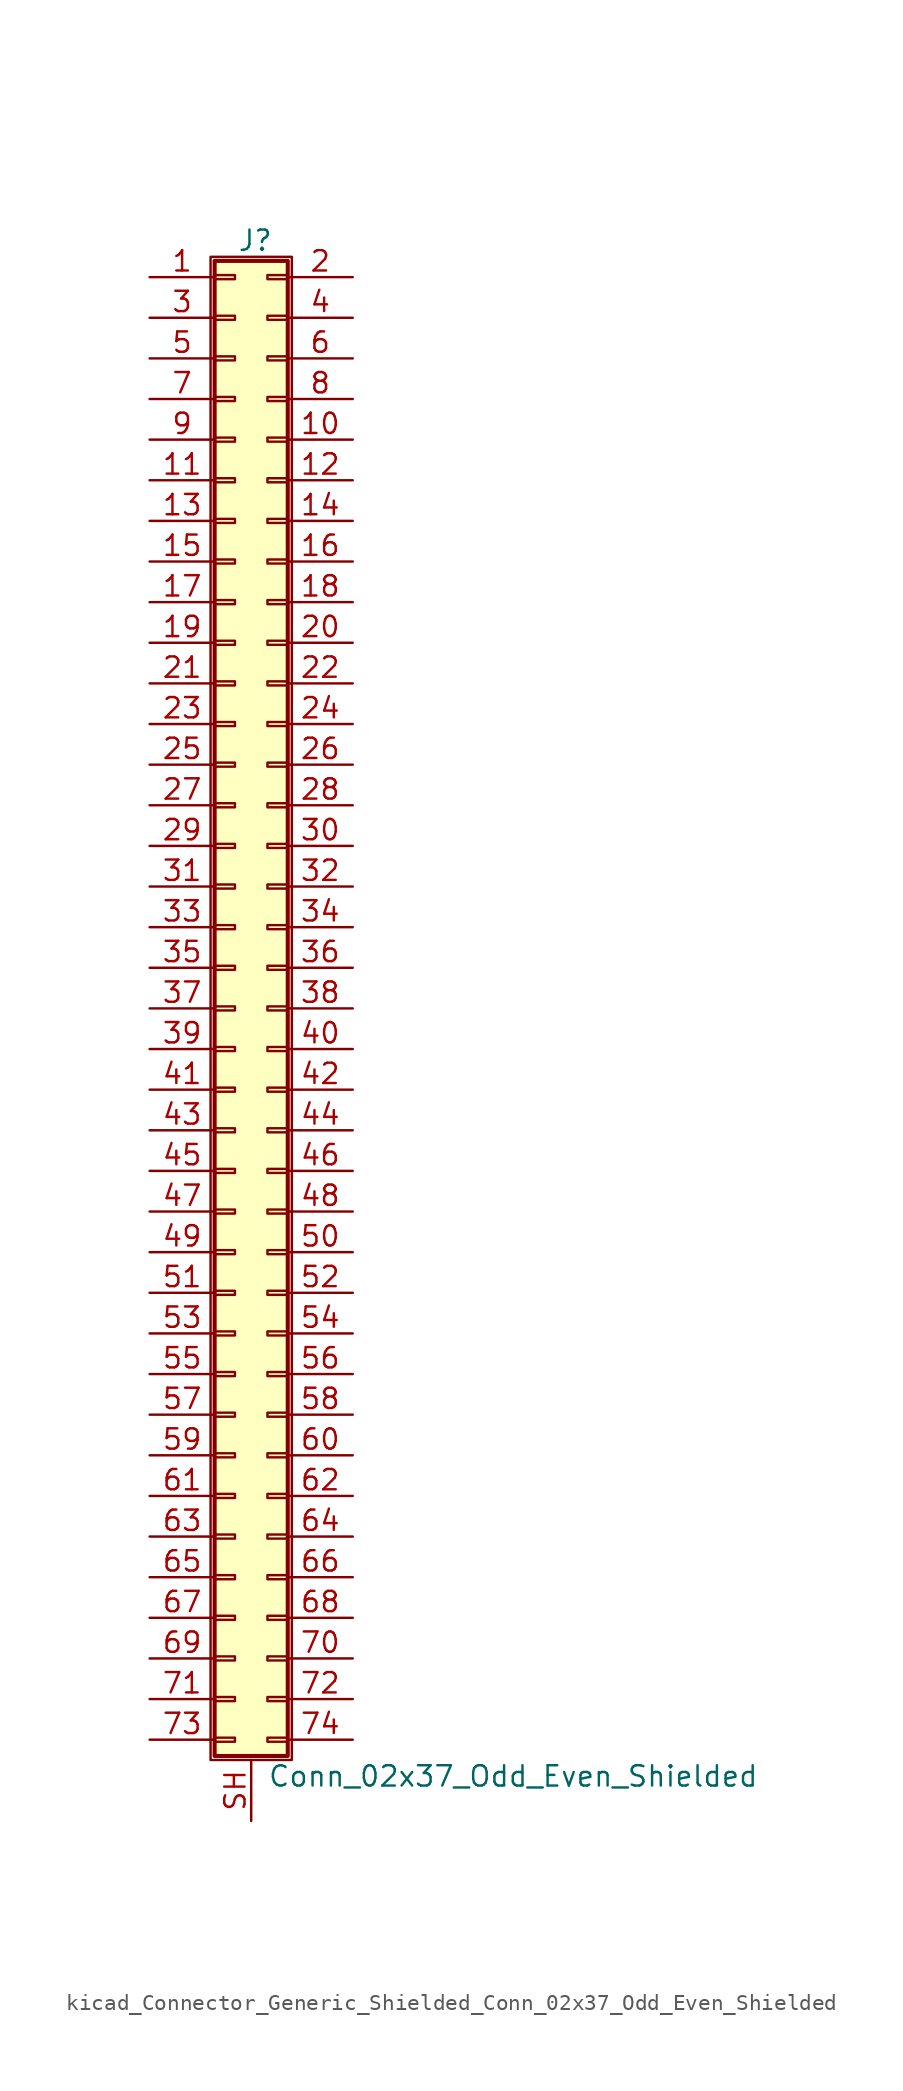
<source format=kicad_sym>
(kicad_symbol_lib
  (version 20220914)
  (generator kicad_symbol_editor)
  (symbol "kicad_Connector_Generic_Shielded_Conn_02x37_Odd_Even_Shielded"
    (pin_names
      (offset 1.016) hide)
    (property "Reference" "J"
      (at 1.524 48.006 0)
      (effects (font (size 1.27 1.27))))
    (property "Value" "Conn_02x37_Odd_Even_Shielded"
      (at 2.286 -48.006 0)
      (effects (font (size 1.27 1.27)) (justify left)))
    (symbol "kicad_Connector_Generic_Shielded_Conn_02x37_Odd_Even_Shielded_1_1"
      (rectangle (start -1.27 46.99) (end 3.81 -46.99) (stroke (width 0.152) (type default)) (fill (type none)))
      (rectangle (start -1.016 -45.593) (end 0.254 -45.847) (stroke (width 0.152) (type default)) (fill (type none)))
      (rectangle (start -1.016 -43.053) (end 0.254 -43.307) (stroke (width 0.152) (type default)) (fill (type none)))
      (rectangle (start -1.016 -40.513) (end 0.254 -40.767) (stroke (width 0.152) (type default)) (fill (type none)))
      (rectangle (start -1.016 -37.973) (end 0.254 -38.227) (stroke (width 0.152) (type default)) (fill (type none)))
      (rectangle (start -1.016 -35.433) (end 0.254 -35.687) (stroke (width 0.152) (type default)) (fill (type none)))
      (rectangle (start -1.016 -32.893) (end 0.254 -33.147) (stroke (width 0.152) (type default)) (fill (type none)))
      (rectangle (start -1.016 -30.353) (end 0.254 -30.607) (stroke (width 0.152) (type default)) (fill (type none)))
      (rectangle (start -1.016 -27.813) (end 0.254 -28.067) (stroke (width 0.152) (type default)) (fill (type none)))
      (rectangle (start -1.016 -25.273) (end 0.254 -25.527) (stroke (width 0.152) (type default)) (fill (type none)))
      (rectangle (start -1.016 -22.733) (end 0.254 -22.987) (stroke (width 0.152) (type default)) (fill (type none)))
      (rectangle (start -1.016 -20.193) (end 0.254 -20.447) (stroke (width 0.152) (type default)) (fill (type none)))
      (rectangle (start -1.016 -17.653) (end 0.254 -17.907) (stroke (width 0.152) (type default)) (fill (type none)))
      (rectangle (start -1.016 -15.113) (end 0.254 -15.367) (stroke (width 0.152) (type default)) (fill (type none)))
      (rectangle (start -1.016 -12.573) (end 0.254 -12.827) (stroke (width 0.152) (type default)) (fill (type none)))
      (rectangle (start -1.016 -10.033) (end 0.254 -10.287) (stroke (width 0.152) (type default)) (fill (type none)))
      (rectangle (start -1.016 -7.493) (end 0.254 -7.747) (stroke (width 0.152) (type default)) (fill (type none)))
      (rectangle (start -1.016 -4.953) (end 0.254 -5.207) (stroke (width 0.152) (type default)) (fill (type none)))
      (rectangle (start -1.016 -2.413) (end 0.254 -2.667) (stroke (width 0.152) (type default)) (fill (type none)))
      (rectangle (start -1.016 0.127) (end 0.254 -0.127) (stroke (width 0.152) (type default)) (fill (type none)))
      (rectangle (start -1.016 2.667) (end 0.254 2.413) (stroke (width 0.152) (type default)) (fill (type none)))
      (rectangle (start -1.016 5.207) (end 0.254 4.953) (stroke (width 0.152) (type default)) (fill (type none)))
      (rectangle (start -1.016 7.747) (end 0.254 7.493) (stroke (width 0.152) (type default)) (fill (type none)))
      (rectangle (start -1.016 10.287) (end 0.254 10.033) (stroke (width 0.152) (type default)) (fill (type none)))
      (rectangle (start -1.016 12.827) (end 0.254 12.573) (stroke (width 0.152) (type default)) (fill (type none)))
      (rectangle (start -1.016 15.367) (end 0.254 15.113) (stroke (width 0.152) (type default)) (fill (type none)))
      (rectangle (start -1.016 17.907) (end 0.254 17.653) (stroke (width 0.152) (type default)) (fill (type none)))
      (rectangle (start -1.016 20.447) (end 0.254 20.193) (stroke (width 0.152) (type default)) (fill (type none)))
      (rectangle (start -1.016 22.987) (end 0.254 22.733) (stroke (width 0.152) (type default)) (fill (type none)))
      (rectangle (start -1.016 25.527) (end 0.254 25.273) (stroke (width 0.152) (type default)) (fill (type none)))
      (rectangle (start -1.016 28.067) (end 0.254 27.813) (stroke (width 0.152) (type default)) (fill (type none)))
      (rectangle (start -1.016 30.607) (end 0.254 30.353) (stroke (width 0.152) (type default)) (fill (type none)))
      (rectangle (start -1.016 33.147) (end 0.254 32.893) (stroke (width 0.152) (type default)) (fill (type none)))
      (rectangle (start -1.016 35.687) (end 0.254 35.433) (stroke (width 0.152) (type default)) (fill (type none)))
      (rectangle (start -1.016 38.227) (end 0.254 37.973) (stroke (width 0.152) (type default)) (fill (type none)))
      (rectangle (start -1.016 40.767) (end 0.254 40.513) (stroke (width 0.152) (type default)) (fill (type none)))
      (rectangle (start -1.016 43.307) (end 0.254 43.053) (stroke (width 0.152) (type default)) (fill (type none)))
      (rectangle (start -1.016 45.847) (end 0.254 45.593) (stroke (width 0.152) (type default)) (fill (type none)))
      (rectangle (start -1.016 46.736) (end 3.556 -46.736) (stroke (width 0.254) (type default)) (fill (type background)))
      (rectangle (start 3.556 -45.593) (end 2.286 -45.847) (stroke (width 0.152) (type default)) (fill (type none)))
      (rectangle (start 3.556 -43.053) (end 2.286 -43.307) (stroke (width 0.152) (type default)) (fill (type none)))
      (rectangle (start 3.556 -40.513) (end 2.286 -40.767) (stroke (width 0.152) (type default)) (fill (type none)))
      (rectangle (start 3.556 -37.973) (end 2.286 -38.227) (stroke (width 0.152) (type default)) (fill (type none)))
      (rectangle (start 3.556 -35.433) (end 2.286 -35.687) (stroke (width 0.152) (type default)) (fill (type none)))
      (rectangle (start 3.556 -32.893) (end 2.286 -33.147) (stroke (width 0.152) (type default)) (fill (type none)))
      (rectangle (start 3.556 -30.353) (end 2.286 -30.607) (stroke (width 0.152) (type default)) (fill (type none)))
      (rectangle (start 3.556 -27.813) (end 2.286 -28.067) (stroke (width 0.152) (type default)) (fill (type none)))
      (rectangle (start 3.556 -25.273) (end 2.286 -25.527) (stroke (width 0.152) (type default)) (fill (type none)))
      (rectangle (start 3.556 -22.733) (end 2.286 -22.987) (stroke (width 0.152) (type default)) (fill (type none)))
      (rectangle (start 3.556 -20.193) (end 2.286 -20.447) (stroke (width 0.152) (type default)) (fill (type none)))
      (rectangle (start 3.556 -17.653) (end 2.286 -17.907) (stroke (width 0.152) (type default)) (fill (type none)))
      (rectangle (start 3.556 -15.113) (end 2.286 -15.367) (stroke (width 0.152) (type default)) (fill (type none)))
      (rectangle (start 3.556 -12.573) (end 2.286 -12.827) (stroke (width 0.152) (type default)) (fill (type none)))
      (rectangle (start 3.556 -10.033) (end 2.286 -10.287) (stroke (width 0.152) (type default)) (fill (type none)))
      (rectangle (start 3.556 -7.493) (end 2.286 -7.747) (stroke (width 0.152) (type default)) (fill (type none)))
      (rectangle (start 3.556 -4.953) (end 2.286 -5.207) (stroke (width 0.152) (type default)) (fill (type none)))
      (rectangle (start 3.556 -2.413) (end 2.286 -2.667) (stroke (width 0.152) (type default)) (fill (type none)))
      (rectangle (start 3.556 0.127) (end 2.286 -0.127) (stroke (width 0.152) (type default)) (fill (type none)))
      (rectangle (start 3.556 2.667) (end 2.286 2.413) (stroke (width 0.152) (type default)) (fill (type none)))
      (rectangle (start 3.556 5.207) (end 2.286 4.953) (stroke (width 0.152) (type default)) (fill (type none)))
      (rectangle (start 3.556 7.747) (end 2.286 7.493) (stroke (width 0.152) (type default)) (fill (type none)))
      (rectangle (start 3.556 10.287) (end 2.286 10.033) (stroke (width 0.152) (type default)) (fill (type none)))
      (rectangle (start 3.556 12.827) (end 2.286 12.573) (stroke (width 0.152) (type default)) (fill (type none)))
      (rectangle (start 3.556 15.367) (end 2.286 15.113) (stroke (width 0.152) (type default)) (fill (type none)))
      (rectangle (start 3.556 17.907) (end 2.286 17.653) (stroke (width 0.152) (type default)) (fill (type none)))
      (rectangle (start 3.556 20.447) (end 2.286 20.193) (stroke (width 0.152) (type default)) (fill (type none)))
      (rectangle (start 3.556 22.987) (end 2.286 22.733) (stroke (width 0.152) (type default)) (fill (type none)))
      (rectangle (start 3.556 25.527) (end 2.286 25.273) (stroke (width 0.152) (type default)) (fill (type none)))
      (rectangle (start 3.556 28.067) (end 2.286 27.813) (stroke (width 0.152) (type default)) (fill (type none)))
      (rectangle (start 3.556 30.607) (end 2.286 30.353) (stroke (width 0.152) (type default)) (fill (type none)))
      (rectangle (start 3.556 33.147) (end 2.286 32.893) (stroke (width 0.152) (type default)) (fill (type none)))
      (rectangle (start 3.556 35.687) (end 2.286 35.433) (stroke (width 0.152) (type default)) (fill (type none)))
      (rectangle (start 3.556 38.227) (end 2.286 37.973) (stroke (width 0.152) (type default)) (fill (type none)))
      (rectangle (start 3.556 40.767) (end 2.286 40.513) (stroke (width 0.152) (type default)) (fill (type none)))
      (rectangle (start 3.556 43.307) (end 2.286 43.053) (stroke (width 0.152) (type default)) (fill (type none)))
      (rectangle (start 3.556 45.847) (end 2.286 45.593) (stroke (width 0.152) (type default)) (fill (type none)))
      (pin passive line (at -5.08 45.72 0) (length 4.064) (name "Pin_1" (effects (font (size 1.27 1.27)))) (number "1" (effects (font (size 1.27 1.27)))))
      (pin passive line (at 7.62 35.56 180) (length 4.064) (name "Pin_10" (effects (font (size 1.27 1.27)))) (number "10" (effects (font (size 1.27 1.27)))))
      (pin passive line (at -5.08 33.02 0) (length 4.064) (name "Pin_11" (effects (font (size 1.27 1.27)))) (number "11" (effects (font (size 1.27 1.27)))))
      (pin passive line (at 7.62 33.02 180) (length 4.064) (name "Pin_12" (effects (font (size 1.27 1.27)))) (number "12" (effects (font (size 1.27 1.27)))))
      (pin passive line (at -5.08 30.48 0) (length 4.064) (name "Pin_13" (effects (font (size 1.27 1.27)))) (number "13" (effects (font (size 1.27 1.27)))))
      (pin passive line (at 7.62 30.48 180) (length 4.064) (name "Pin_14" (effects (font (size 1.27 1.27)))) (number "14" (effects (font (size 1.27 1.27)))))
      (pin passive line (at -5.08 27.94 0) (length 4.064) (name "Pin_15" (effects (font (size 1.27 1.27)))) (number "15" (effects (font (size 1.27 1.27)))))
      (pin passive line (at 7.62 27.94 180) (length 4.064) (name "Pin_16" (effects (font (size 1.27 1.27)))) (number "16" (effects (font (size 1.27 1.27)))))
      (pin passive line (at -5.08 25.4 0) (length 4.064) (name "Pin_17" (effects (font (size 1.27 1.27)))) (number "17" (effects (font (size 1.27 1.27)))))
      (pin passive line (at 7.62 25.4 180) (length 4.064) (name "Pin_18" (effects (font (size 1.27 1.27)))) (number "18" (effects (font (size 1.27 1.27)))))
      (pin passive line (at -5.08 22.86 0) (length 4.064) (name "Pin_19" (effects (font (size 1.27 1.27)))) (number "19" (effects (font (size 1.27 1.27)))))
      (pin passive line (at 7.62 45.72 180) (length 4.064) (name "Pin_2" (effects (font (size 1.27 1.27)))) (number "2" (effects (font (size 1.27 1.27)))))
      (pin passive line (at 7.62 22.86 180) (length 4.064) (name "Pin_20" (effects (font (size 1.27 1.27)))) (number "20" (effects (font (size 1.27 1.27)))))
      (pin passive line (at -5.08 20.32 0) (length 4.064) (name "Pin_21" (effects (font (size 1.27 1.27)))) (number "21" (effects (font (size 1.27 1.27)))))
      (pin passive line (at 7.62 20.32 180) (length 4.064) (name "Pin_22" (effects (font (size 1.27 1.27)))) (number "22" (effects (font (size 1.27 1.27)))))
      (pin passive line (at -5.08 17.78 0) (length 4.064) (name "Pin_23" (effects (font (size 1.27 1.27)))) (number "23" (effects (font (size 1.27 1.27)))))
      (pin passive line (at 7.62 17.78 180) (length 4.064) (name "Pin_24" (effects (font (size 1.27 1.27)))) (number "24" (effects (font (size 1.27 1.27)))))
      (pin passive line (at -5.08 15.24 0) (length 4.064) (name "Pin_25" (effects (font (size 1.27 1.27)))) (number "25" (effects (font (size 1.27 1.27)))))
      (pin passive line (at 7.62 15.24 180) (length 4.064) (name "Pin_26" (effects (font (size 1.27 1.27)))) (number "26" (effects (font (size 1.27 1.27)))))
      (pin passive line (at -5.08 12.7 0) (length 4.064) (name "Pin_27" (effects (font (size 1.27 1.27)))) (number "27" (effects (font (size 1.27 1.27)))))
      (pin passive line (at 7.62 12.7 180) (length 4.064) (name "Pin_28" (effects (font (size 1.27 1.27)))) (number "28" (effects (font (size 1.27 1.27)))))
      (pin passive line (at -5.08 10.16 0) (length 4.064) (name "Pin_29" (effects (font (size 1.27 1.27)))) (number "29" (effects (font (size 1.27 1.27)))))
      (pin passive line (at -5.08 43.18 0) (length 4.064) (name "Pin_3" (effects (font (size 1.27 1.27)))) (number "3" (effects (font (size 1.27 1.27)))))
      (pin passive line (at 7.62 10.16 180) (length 4.064) (name "Pin_30" (effects (font (size 1.27 1.27)))) (number "30" (effects (font (size 1.27 1.27)))))
      (pin passive line (at -5.08 7.62 0) (length 4.064) (name "Pin_31" (effects (font (size 1.27 1.27)))) (number "31" (effects (font (size 1.27 1.27)))))
      (pin passive line (at 7.62 7.62 180) (length 4.064) (name "Pin_32" (effects (font (size 1.27 1.27)))) (number "32" (effects (font (size 1.27 1.27)))))
      (pin passive line (at -5.08 5.08 0) (length 4.064) (name "Pin_33" (effects (font (size 1.27 1.27)))) (number "33" (effects (font (size 1.27 1.27)))))
      (pin passive line (at 7.62 5.08 180) (length 4.064) (name "Pin_34" (effects (font (size 1.27 1.27)))) (number "34" (effects (font (size 1.27 1.27)))))
      (pin passive line (at -5.08 2.54 0) (length 4.064) (name "Pin_35" (effects (font (size 1.27 1.27)))) (number "35" (effects (font (size 1.27 1.27)))))
      (pin passive line (at 7.62 2.54 180) (length 4.064) (name "Pin_36" (effects (font (size 1.27 1.27)))) (number "36" (effects (font (size 1.27 1.27)))))
      (pin passive line (at -5.08 0 0) (length 4.064) (name "Pin_37" (effects (font (size 1.27 1.27)))) (number "37" (effects (font (size 1.27 1.27)))))
      (pin passive line (at 7.62 0 180) (length 4.064) (name "Pin_38" (effects (font (size 1.27 1.27)))) (number "38" (effects (font (size 1.27 1.27)))))
      (pin passive line (at -5.08 -2.54 0) (length 4.064) (name "Pin_39" (effects (font (size 1.27 1.27)))) (number "39" (effects (font (size 1.27 1.27)))))
      (pin passive line (at 7.62 43.18 180) (length 4.064) (name "Pin_4" (effects (font (size 1.27 1.27)))) (number "4" (effects (font (size 1.27 1.27)))))
      (pin passive line (at 7.62 -2.54 180) (length 4.064) (name "Pin_40" (effects (font (size 1.27 1.27)))) (number "40" (effects (font (size 1.27 1.27)))))
      (pin passive line (at -5.08 -5.08 0) (length 4.064) (name "Pin_41" (effects (font (size 1.27 1.27)))) (number "41" (effects (font (size 1.27 1.27)))))
      (pin passive line (at 7.62 -5.08 180) (length 4.064) (name "Pin_42" (effects (font (size 1.27 1.27)))) (number "42" (effects (font (size 1.27 1.27)))))
      (pin passive line (at -5.08 -7.62 0) (length 4.064) (name "Pin_43" (effects (font (size 1.27 1.27)))) (number "43" (effects (font (size 1.27 1.27)))))
      (pin passive line (at 7.62 -7.62 180) (length 4.064) (name "Pin_44" (effects (font (size 1.27 1.27)))) (number "44" (effects (font (size 1.27 1.27)))))
      (pin passive line (at -5.08 -10.16 0) (length 4.064) (name "Pin_45" (effects (font (size 1.27 1.27)))) (number "45" (effects (font (size 1.27 1.27)))))
      (pin passive line (at 7.62 -10.16 180) (length 4.064) (name "Pin_46" (effects (font (size 1.27 1.27)))) (number "46" (effects (font (size 1.27 1.27)))))
      (pin passive line (at -5.08 -12.7 0) (length 4.064) (name "Pin_47" (effects (font (size 1.27 1.27)))) (number "47" (effects (font (size 1.27 1.27)))))
      (pin passive line (at 7.62 -12.7 180) (length 4.064) (name "Pin_48" (effects (font (size 1.27 1.27)))) (number "48" (effects (font (size 1.27 1.27)))))
      (pin passive line (at -5.08 -15.24 0) (length 4.064) (name "Pin_49" (effects (font (size 1.27 1.27)))) (number "49" (effects (font (size 1.27 1.27)))))
      (pin passive line (at -5.08 40.64 0) (length 4.064) (name "Pin_5" (effects (font (size 1.27 1.27)))) (number "5" (effects (font (size 1.27 1.27)))))
      (pin passive line (at 7.62 -15.24 180) (length 4.064) (name "Pin_50" (effects (font (size 1.27 1.27)))) (number "50" (effects (font (size 1.27 1.27)))))
      (pin passive line (at -5.08 -17.78 0) (length 4.064) (name "Pin_51" (effects (font (size 1.27 1.27)))) (number "51" (effects (font (size 1.27 1.27)))))
      (pin passive line (at 7.62 -17.78 180) (length 4.064) (name "Pin_52" (effects (font (size 1.27 1.27)))) (number "52" (effects (font (size 1.27 1.27)))))
      (pin passive line (at -5.08 -20.32 0) (length 4.064) (name "Pin_53" (effects (font (size 1.27 1.27)))) (number "53" (effects (font (size 1.27 1.27)))))
      (pin passive line (at 7.62 -20.32 180) (length 4.064) (name "Pin_54" (effects (font (size 1.27 1.27)))) (number "54" (effects (font (size 1.27 1.27)))))
      (pin passive line (at -5.08 -22.86 0) (length 4.064) (name "Pin_55" (effects (font (size 1.27 1.27)))) (number "55" (effects (font (size 1.27 1.27)))))
      (pin passive line (at 7.62 -22.86 180) (length 4.064) (name "Pin_56" (effects (font (size 1.27 1.27)))) (number "56" (effects (font (size 1.27 1.27)))))
      (pin passive line (at -5.08 -25.4 0) (length 4.064) (name "Pin_57" (effects (font (size 1.27 1.27)))) (number "57" (effects (font (size 1.27 1.27)))))
      (pin passive line (at 7.62 -25.4 180) (length 4.064) (name "Pin_58" (effects (font (size 1.27 1.27)))) (number "58" (effects (font (size 1.27 1.27)))))
      (pin passive line (at -5.08 -27.94 0) (length 4.064) (name "Pin_59" (effects (font (size 1.27 1.27)))) (number "59" (effects (font (size 1.27 1.27)))))
      (pin passive line (at 7.62 40.64 180) (length 4.064) (name "Pin_6" (effects (font (size 1.27 1.27)))) (number "6" (effects (font (size 1.27 1.27)))))
      (pin passive line (at 7.62 -27.94 180) (length 4.064) (name "Pin_60" (effects (font (size 1.27 1.27)))) (number "60" (effects (font (size 1.27 1.27)))))
      (pin passive line (at -5.08 -30.48 0) (length 4.064) (name "Pin_61" (effects (font (size 1.27 1.27)))) (number "61" (effects (font (size 1.27 1.27)))))
      (pin passive line (at 7.62 -30.48 180) (length 4.064) (name "Pin_62" (effects (font (size 1.27 1.27)))) (number "62" (effects (font (size 1.27 1.27)))))
      (pin passive line (at -5.08 -33.02 0) (length 4.064) (name "Pin_63" (effects (font (size 1.27 1.27)))) (number "63" (effects (font (size 1.27 1.27)))))
      (pin passive line (at 7.62 -33.02 180) (length 4.064) (name "Pin_64" (effects (font (size 1.27 1.27)))) (number "64" (effects (font (size 1.27 1.27)))))
      (pin passive line (at -5.08 -35.56 0) (length 4.064) (name "Pin_65" (effects (font (size 1.27 1.27)))) (number "65" (effects (font (size 1.27 1.27)))))
      (pin passive line (at 7.62 -35.56 180) (length 4.064) (name "Pin_66" (effects (font (size 1.27 1.27)))) (number "66" (effects (font (size 1.27 1.27)))))
      (pin passive line (at -5.08 -38.1 0) (length 4.064) (name "Pin_67" (effects (font (size 1.27 1.27)))) (number "67" (effects (font (size 1.27 1.27)))))
      (pin passive line (at 7.62 -38.1 180) (length 4.064) (name "Pin_68" (effects (font (size 1.27 1.27)))) (number "68" (effects (font (size 1.27 1.27)))))
      (pin passive line (at -5.08 -40.64 0) (length 4.064) (name "Pin_69" (effects (font (size 1.27 1.27)))) (number "69" (effects (font (size 1.27 1.27)))))
      (pin passive line (at -5.08 38.1 0) (length 4.064) (name "Pin_7" (effects (font (size 1.27 1.27)))) (number "7" (effects (font (size 1.27 1.27)))))
      (pin passive line (at 7.62 -40.64 180) (length 4.064) (name "Pin_70" (effects (font (size 1.27 1.27)))) (number "70" (effects (font (size 1.27 1.27)))))
      (pin passive line (at -5.08 -43.18 0) (length 4.064) (name "Pin_71" (effects (font (size 1.27 1.27)))) (number "71" (effects (font (size 1.27 1.27)))))
      (pin passive line (at 7.62 -43.18 180) (length 4.064) (name "Pin_72" (effects (font (size 1.27 1.27)))) (number "72" (effects (font (size 1.27 1.27)))))
      (pin passive line (at -5.08 -45.72 0) (length 4.064) (name "Pin_73" (effects (font (size 1.27 1.27)))) (number "73" (effects (font (size 1.27 1.27)))))
      (pin passive line (at 7.62 -45.72 180) (length 4.064) (name "Pin_74" (effects (font (size 1.27 1.27)))) (number "74" (effects (font (size 1.27 1.27)))))
      (pin passive line (at 7.62 38.1 180) (length 4.064) (name "Pin_8" (effects (font (size 1.27 1.27)))) (number "8" (effects (font (size 1.27 1.27)))))
      (pin passive line (at -5.08 35.56 0) (length 4.064) (name "Pin_9" (effects (font (size 1.27 1.27)))) (number "9" (effects (font (size 1.27 1.27)))))
      (pin passive line (at 1.27 -50.8 90) (length 3.81) (name "Shield" (effects (font (size 1.27 1.27)))) (number "SH" (effects (font (size 1.27 1.27))))))))
</source>
